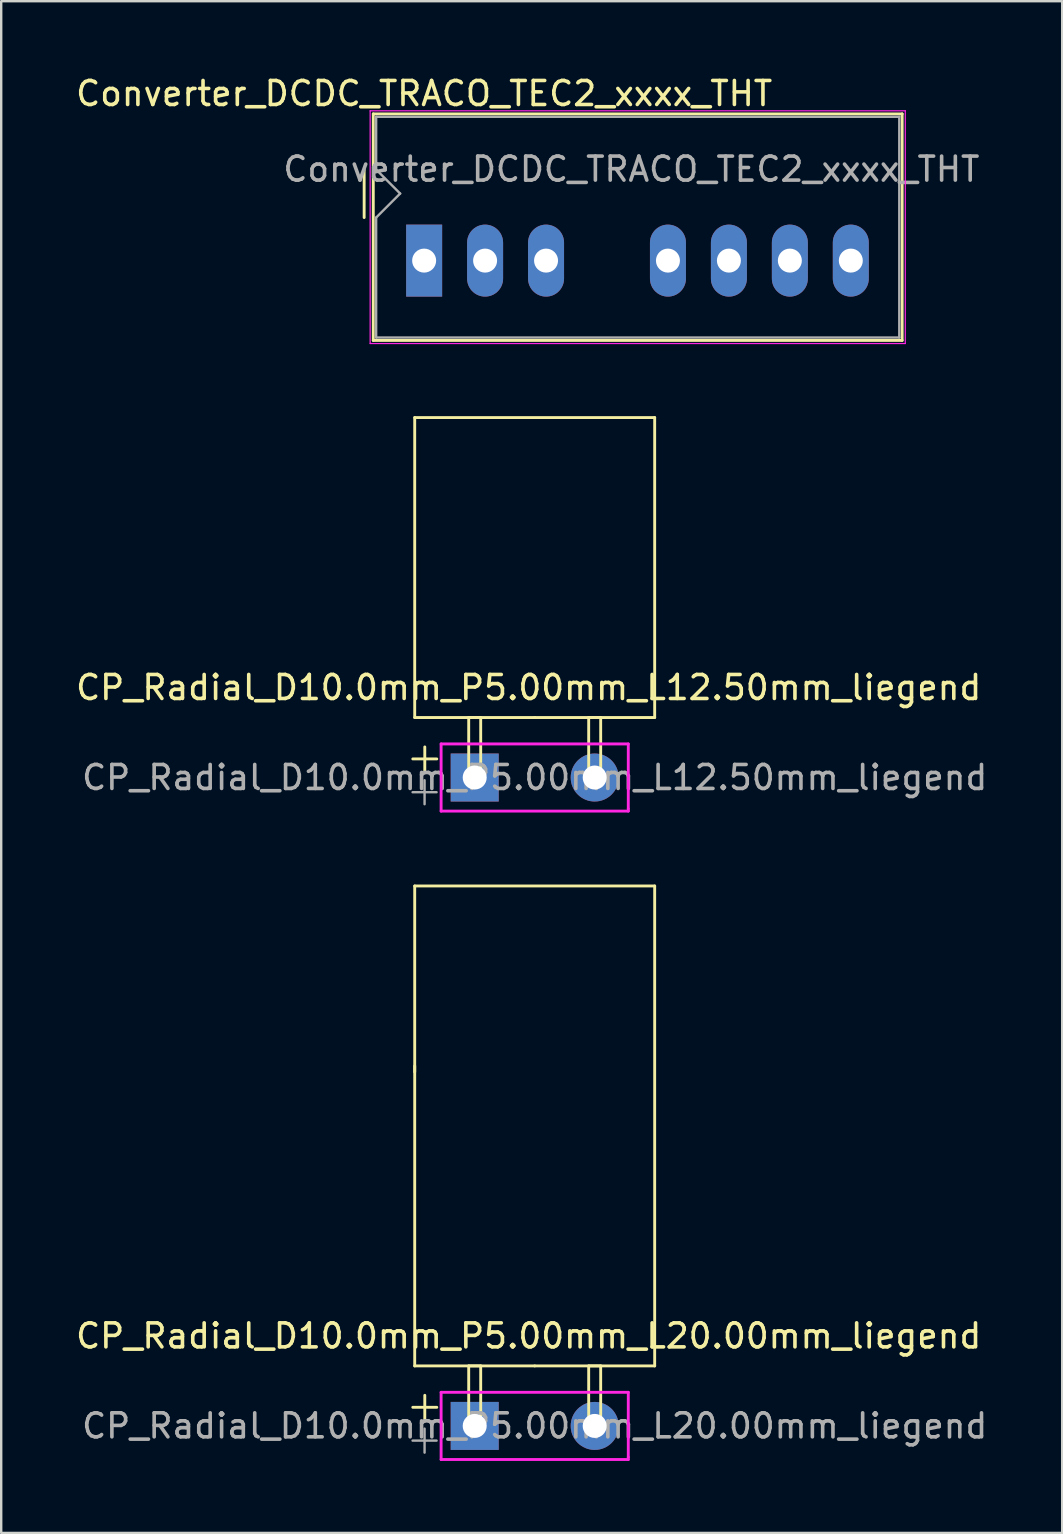
<source format=kicad_pcb>
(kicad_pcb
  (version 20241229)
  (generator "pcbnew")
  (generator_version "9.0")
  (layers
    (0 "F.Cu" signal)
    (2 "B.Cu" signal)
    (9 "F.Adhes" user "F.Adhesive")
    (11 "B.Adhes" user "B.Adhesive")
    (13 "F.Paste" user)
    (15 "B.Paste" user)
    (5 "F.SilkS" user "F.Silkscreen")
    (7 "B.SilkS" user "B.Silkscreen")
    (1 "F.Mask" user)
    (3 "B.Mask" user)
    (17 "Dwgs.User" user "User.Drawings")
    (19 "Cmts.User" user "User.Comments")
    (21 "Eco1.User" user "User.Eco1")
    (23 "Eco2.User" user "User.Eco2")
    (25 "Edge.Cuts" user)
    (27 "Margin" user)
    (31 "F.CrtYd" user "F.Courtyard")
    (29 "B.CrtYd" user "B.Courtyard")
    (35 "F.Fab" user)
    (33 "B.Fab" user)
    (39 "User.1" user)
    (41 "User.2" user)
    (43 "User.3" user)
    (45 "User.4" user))
  (footprint "CP_Radial_D10.0mm_P5.00mm_L20.00mm_liegend"
    (layer "F.Cu")
    (at 16.732 56.371)
    (property "Reference" "CP_Radial_D10.0mm_P5.00mm_L20.00mm_liegend" (at 2.25 -3.75 0) (layer "F.SilkS") (effects (font (size 1 1) (thickness 0.15))))
    (attr through_hole)
    (fp_line (start -2.58 -0.775) (end -1.58 -0.775) (stroke (width 0.12) (type solid)) (layer "F.SilkS"))
    (fp_line (start -2.5 -22.5) (end 7.5 -22.5) (stroke (width 0.12) (type solid)) (layer "F.SilkS"))
    (fp_line (start -2.5 -14.75) (end -2.5 -22.5) (stroke (width 0.12) (type solid)) (layer "F.SilkS"))
    (fp_line (start -2.5 -2.5) (end -2.5 -15) (stroke (width 0.12) (type solid)) (layer "F.SilkS"))
    (fp_line (start -2.08 -1.275) (end -2.08 -0.275) (stroke (width 0.12) (type solid)) (layer "F.SilkS"))
    (fp_line (start -0.25 -2.5) (end 0.25 -2.5) (stroke (width 0.12) (type solid)) (layer "F.SilkS"))
    (fp_line (start -0.25 0) (end -0.25 -2.5) (stroke (width 0.12) (type solid)) (layer "F.SilkS"))
    (fp_line (start 0.25 -2.5) (end 0.25 0) (stroke (width 0.12) (type solid)) (layer "F.SilkS"))
    (fp_line (start 0.25 0) (end -0.25 0) (stroke (width 0.12) (type solid)) (layer "F.SilkS"))
    (fp_line (start 2.5 -2.5) (end -2.5 -2.5) (stroke (width 0.12) (type solid)) (layer "F.SilkS"))
    (fp_line (start 4.75 -2.5) (end 5.25 -2.5) (stroke (width 0.12) (type solid)) (layer "F.SilkS"))
    (fp_line (start 4.75 0) (end 4.75 -2.5) (stroke (width 0.12) (type solid)) (layer "F.SilkS"))
    (fp_line (start 5.25 -2.5) (end 5.25 0) (stroke (width 0.12) (type solid)) (layer "F.SilkS"))
    (fp_line (start 5.25 0) (end 4.75 0) (stroke (width 0.12) (type solid)) (layer "F.SilkS"))
    (fp_line (start 7.5 -2.5) (end 2.5 -2.5) (stroke (width 0.12) (type solid)) (layer "F.SilkS"))
    (fp_line (start 7.5 -2.5) (end 7.5 -22.5) (stroke (width 0.12) (type solid)) (layer "F.SilkS"))
    (fp_line (start -1.4 -1.4) (end 6.4 -1.4) (stroke (width 0.12) (type solid)) (layer "F.CrtYd"))
    (fp_line (start -1.4 1.4) (end -1.4 -1.4) (stroke (width 0.12) (type solid)) (layer "F.CrtYd"))
    (fp_line (start 6.4 -1.4) (end 6.4 1.3) (stroke (width 0.12) (type solid)) (layer "F.CrtYd"))
    (fp_line (start 6.4 1.3) (end 6.4 1.4) (stroke (width 0.12) (type solid)) (layer "F.CrtYd"))
    (fp_line (start 6.4 1.4) (end -1.4 1.4) (stroke (width 0.12) (type solid)) (layer "F.CrtYd"))
    (fp_line (start -2.589 0.613) (end -1.589 0.613) (stroke (width 0.1) (type solid)) (layer "F.Fab"))
    (fp_line (start -2.089 0.113) (end -2.089 1.113) (stroke (width 0.1) (type solid)) (layer "F.Fab"))
    (fp_text user "${REFERENCE}" (at 2.5 0 0) (layer "F.Fab") (effects (font (size 1 1) (thickness 0.15))))
    (pad "1" thru_hole rect (at 0 0) (size 2 2) (drill 1) (layers "*.Cu" "*.Mask"))
    (pad "2" thru_hole circle (at 5 0) (size 2 2) (drill 1) (layers "*.Cu" "*.Mask")))
  (footprint "CP_Radial_D10.0mm_P5.00mm_L12.50mm_liegend"
    (layer "F.Cu")
    (at 16.732 29.351)
    (property "Reference" "CP_Radial_D10.0mm_P5.00mm_L12.50mm_liegend" (at 2.25 -3.75 0) (layer "F.SilkS") (effects (font (size 1 1) (thickness 0.15))))
    (attr through_hole)
    (fp_line (start -2.58 -0.775) (end -1.58 -0.775) (stroke (width 0.12) (type solid)) (layer "F.SilkS"))
    (fp_line (start -2.5 -15) (end 7.5 -15) (stroke (width 0.12) (type solid)) (layer "F.SilkS"))
    (fp_line (start -2.5 -2.5) (end -2.5 -15) (stroke (width 0.12) (type solid)) (layer "F.SilkS"))
    (fp_line (start -2.08 -1.275) (end -2.08 -0.275) (stroke (width 0.12) (type solid)) (layer "F.SilkS"))
    (fp_line (start -0.25 -2.5) (end 0.25 -2.5) (stroke (width 0.12) (type solid)) (layer "F.SilkS"))
    (fp_line (start -0.25 0) (end -0.25 -2.5) (stroke (width 0.12) (type solid)) (layer "F.SilkS"))
    (fp_line (start 0.25 -2.5) (end 0.25 0) (stroke (width 0.12) (type solid)) (layer "F.SilkS"))
    (fp_line (start 0.25 0) (end -0.25 0) (stroke (width 0.12) (type solid)) (layer "F.SilkS"))
    (fp_line (start 2.5 -2.5) (end -2.5 -2.5) (stroke (width 0.12) (type solid)) (layer "F.SilkS"))
    (fp_line (start 4.75 -2.5) (end 5.25 -2.5) (stroke (width 0.12) (type solid)) (layer "F.SilkS"))
    (fp_line (start 4.75 0) (end 4.75 -2.5) (stroke (width 0.12) (type solid)) (layer "F.SilkS"))
    (fp_line (start 5.25 -2.5) (end 5.25 0) (stroke (width 0.12) (type solid)) (layer "F.SilkS"))
    (fp_line (start 5.25 0) (end 4.75 0) (stroke (width 0.12) (type solid)) (layer "F.SilkS"))
    (fp_line (start 7.5 -15) (end 7.5 -2.5) (stroke (width 0.12) (type solid)) (layer "F.SilkS"))
    (fp_line (start 7.5 -2.5) (end 2.5 -2.5) (stroke (width 0.12) (type solid)) (layer "F.SilkS"))
    (fp_line (start -1.4 -1.4) (end 6.4 -1.4) (stroke (width 0.12) (type solid)) (layer "F.CrtYd"))
    (fp_line (start -1.4 1.4) (end -1.4 -1.4) (stroke (width 0.12) (type solid)) (layer "F.CrtYd"))
    (fp_line (start 6.4 -1.4) (end 6.4 1.3) (stroke (width 0.12) (type solid)) (layer "F.CrtYd"))
    (fp_line (start 6.4 1.3) (end 6.4 1.4) (stroke (width 0.12) (type solid)) (layer "F.CrtYd"))
    (fp_line (start 6.4 1.4) (end -1.4 1.4) (stroke (width 0.12) (type solid)) (layer "F.CrtYd"))
    (fp_line (start -2.589 0.613) (end -1.589 0.613) (stroke (width 0.1) (type solid)) (layer "F.Fab"))
    (fp_line (start -2.089 0.113) (end -2.089 1.113) (stroke (width 0.1) (type solid)) (layer "F.Fab"))
    (fp_text user "${REFERENCE}" (at 2.5 0 0) (layer "F.Fab") (effects (font (size 1 1) (thickness 0.15))))
    (pad "1" thru_hole rect (at 0 0) (size 2 2) (drill 1) (layers "*.Cu" "*.Mask"))
    (pad "2" thru_hole circle (at 5 0) (size 2 2) (drill 1) (layers "*.Cu" "*.Mask")))
  (footprint "Converter_DCDC_TRACO_TEC2_xxxx_THT"
    (layer "F.Cu")
    (at 14.625 7.81)
    (property "Reference" "Converter_DCDC_TRACO_TEC2_xxxx_THT" (at 0 -6.962 0) (layer "F.SilkS") (effects (font (size 1 1) (thickness 0.15))))
    (attr through_hole)
    (fp_line (start -2.5 -3.794) (end -2.5 -1.794) (stroke (width 0.12) (type solid)) (layer "F.SilkS"))
    (fp_line (start -2.12 -6.114) (end 19.92 -6.114) (stroke (width 0.12) (type solid)) (layer "F.SilkS"))
    (fp_line (start -2.12 3.326) (end -2.12 -6.114) (stroke (width 0.12) (type solid)) (layer "F.SilkS"))
    (fp_line (start 19.92 -6.114) (end 19.92 3.326) (stroke (width 0.12) (type solid)) (layer "F.SilkS"))
    (fp_line (start 19.92 3.326) (end -2.12 3.326) (stroke (width 0.12) (type solid)) (layer "F.SilkS"))
    (fp_line (start -2.25 -6.244) (end -2.25 3.456) (stroke (width 0.05) (type solid)) (layer "F.CrtYd"))
    (fp_line (start -2.25 -6.244) (end 20.05 -6.244) (stroke (width 0.05) (type solid)) (layer "F.CrtYd"))
    (fp_line (start -2.25 3.456) (end 20.05 3.456) (stroke (width 0.05) (type solid)) (layer "F.CrtYd"))
    (fp_line (start 20.05 -6.244) (end 20.05 3.456) (stroke (width 0.05) (type solid)) (layer "F.CrtYd"))
    (fp_line (start -2 -5.994) (end -2 -3.794) (stroke (width 0.1) (type solid)) (layer "F.Fab"))
    (fp_line (start -2 -3.794) (end -1 -2.794) (stroke (width 0.1) (type solid)) (layer "F.Fab"))
    (fp_line (start -2 -1.794) (end -2 3.206) (stroke (width 0.1) (type solid)) (layer "F.Fab"))
    (fp_line (start -2 -1.794) (end -1 -2.794) (stroke (width 0.1) (type solid)) (layer "F.Fab"))
    (fp_line (start 19.8 -5.994) (end -2 -5.994) (stroke (width 0.1) (type solid)) (layer "F.Fab"))
    (fp_line (start 19.8 -5.994) (end 19.8 3.206) (stroke (width 0.1) (type solid)) (layer "F.Fab"))
    (fp_line (start 19.8 3.206) (end -2 3.206) (stroke (width 0.1) (type solid)) (layer "F.Fab"))
    (fp_text user "${REFERENCE}" (at 8.636 -3.81 0) (layer "F.Fab") (effects (font (size 1 1) (thickness 0.15))))
    (pad "1" thru_hole rect (at 0 0) (size 1.5 3) (drill 1) (layers "*.Cu" "*.Mask"))
    (pad "2" thru_hole oval (at 2.54 0) (size 1.5 3) (drill 1) (layers "*.Cu" "*.Mask"))
    (pad "3" thru_hole oval (at 5.08 0) (size 1.5 3) (drill 1) (layers "*.Cu" "*.Mask"))
    (pad "5" thru_hole oval (at 10.16 0) (size 1.5 3) (drill 1) (layers "*.Cu" "*.Mask"))
    (pad "6" thru_hole oval (at 12.7 0) (size 1.5 3) (drill 1) (layers "*.Cu" "*.Mask"))
    (pad "7" thru_hole oval (at 15.24 0) (size 1.5 3) (drill 1) (layers "*.Cu" "*.Mask"))
    (pad "8" thru_hole oval (at 17.78 0) (size 1.5 3) (drill 1) (layers "*.Cu" "*.Mask")))
  (gr_rect
    (start -3 -3)
    (end 41.214 60.831)
    (stroke (width 0.1) (type default))
    (fill no)
    (layer "Edge.Cuts")))
</source>
